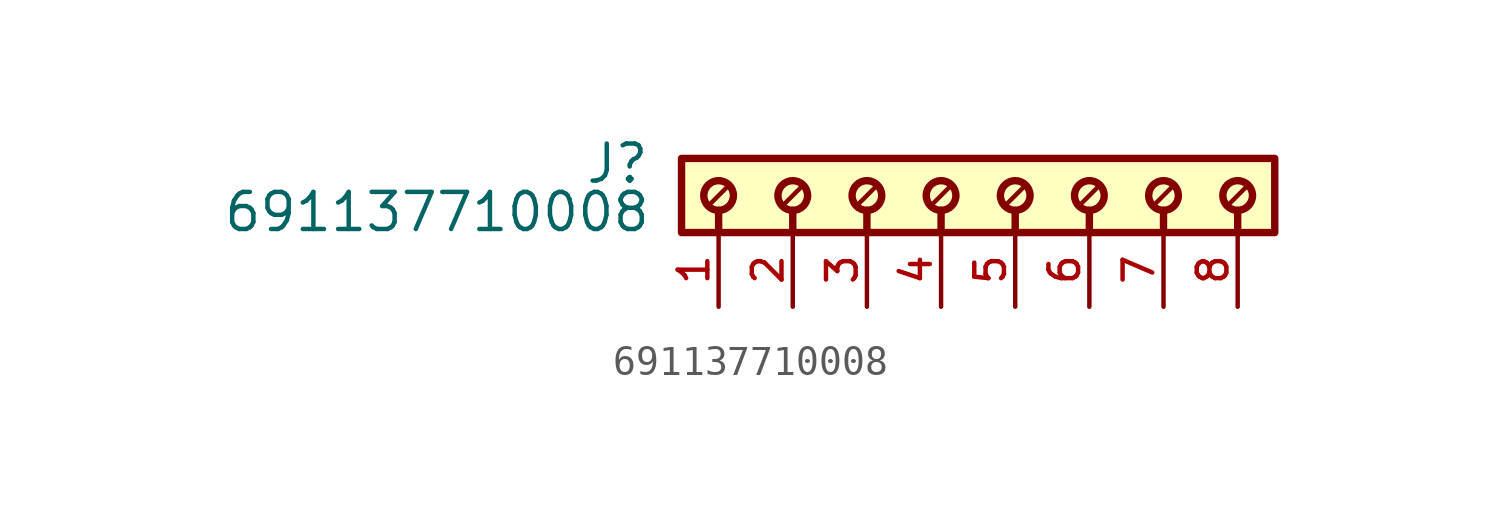
<source format=kicad_sym>
(kicad_symbol_lib
  (version 20211014)
  (generator kicad_symbol_editor)
  (symbol "691137710008"
    (pin_names
      (offset 1.016))
    (property "Reference" "J"
      (at -12.5 -0.922 0)
      (effects (font (size 1.27 1.27)) (justify bottom right)))
    (property "Value" "691137710008"
      (at -12.45 -2.58 0)
      (effects (font (size 1.27 1.27)) (justify bottom right)))
    (symbol "691137710008_0_0"
      (polyline (pts (xy -10.16 -1.778) (xy -10.16 -2.54)) (stroke (width 0.254)))
      (polyline (pts (xy -7.62 -1.778) (xy -7.62 -2.54)) (stroke (width 0.254)))
      (polyline (pts (xy -9.906 -1.016) (xy -10.414 -1.524)) (stroke (width 0.152)))
      (polyline (pts (xy -7.366 -1.016) (xy -7.874 -1.524)) (stroke (width 0.152)))
      (polyline (pts (xy -5.08 -1.778) (xy -5.08 -2.54)) (stroke (width 0.254)))
      (polyline (pts (xy -4.826 -1.016) (xy -5.334 -1.524)) (stroke (width 0.152)))
      (polyline (pts (xy -2.54 -1.778) (xy -2.54 -2.54)) (stroke (width 0.254)))
      (polyline (pts (xy -2.286 -1.016) (xy -2.794 -1.524)) (stroke (width 0.152)))
      (polyline (pts (xy 0.0 -1.778) (xy 0.0 -2.54)) (stroke (width 0.254)))
      (polyline (pts (xy 0.254 -1.016) (xy -0.254 -1.524)) (stroke (width 0.152)))
      (polyline (pts (xy 2.54 -1.778) (xy 2.54 -2.54)) (stroke (width 0.254)))
      (polyline (pts (xy 2.794 -1.016) (xy 2.286 -1.524)) (stroke (width 0.152)))
      (polyline (pts (xy 5.08 -1.778) (xy 5.08 -2.54)) (stroke (width 0.254)))
      (polyline (pts (xy 5.334 -1.016) (xy 4.826 -1.524)) (stroke (width 0.152)))
      (polyline (pts (xy 7.62 -1.778) (xy 7.62 -2.54)) (stroke (width 0.254)))
      (polyline (pts (xy 7.874 -1.016) (xy 7.366 -1.524)) (stroke (width 0.152)))
      (circle (center -10.16 -1.27) (radius 0.508) (stroke (width 0.254)) (fill (type none)))
      (circle (center -7.62 -1.27) (radius 0.508) (stroke (width 0.254)) (fill (type none)))
      (circle (center -5.08 -1.27) (radius 0.508) (stroke (width 0.254)) (fill (type none)))
      (circle (center -2.54 -1.27) (radius 0.508) (stroke (width 0.254)) (fill (type none)))
      (circle (center 0.0 -1.27) (radius 0.508) (stroke (width 0.254)) (fill (type none)))
      (circle (center 2.54 -1.27) (radius 0.508) (stroke (width 0.254)) (fill (type none)))
      (circle (center 5.08 -1.27) (radius 0.508) (stroke (width 0.254)) (fill (type none)))
      (circle (center 7.62 -1.27) (radius 0.508) (stroke (width 0.254)) (fill (type none)))
      (rectangle (start -11.43 -2.54) (end 8.89 0.0) (stroke (width 0.254)) (fill (type background)))
      (pin passive line (at -10.16 -5.08 90.0) (length 2.54) (name "~" (effects (font (size 1.016 1.016)))) (number "1" (effects (font (size 1.016 1.016)))))
      (pin passive line (at -7.62 -5.08 90.0) (length 2.54) (name "~" (effects (font (size 1.016 1.016)))) (number "2" (effects (font (size 1.016 1.016)))))
      (pin passive line (at -5.08 -5.08 90.0) (length 2.54) (name "~" (effects (font (size 1.016 1.016)))) (number "3" (effects (font (size 1.016 1.016)))))
      (pin passive line (at -2.54 -5.08 90.0) (length 2.54) (name "~" (effects (font (size 1.016 1.016)))) (number "4" (effects (font (size 1.016 1.016)))))
      (pin passive line (at 0.0 -5.08 90.0) (length 2.54) (name "~" (effects (font (size 1.016 1.016)))) (number "5" (effects (font (size 1.016 1.016)))))
      (pin passive line (at 2.54 -5.08 90.0) (length 2.54) (name "~" (effects (font (size 1.016 1.016)))) (number "6" (effects (font (size 1.016 1.016)))))
      (pin passive line (at 5.08 -5.08 90.0) (length 2.54) (name "~" (effects (font (size 1.016 1.016)))) (number "7" (effects (font (size 1.016 1.016)))))
      (pin passive line (at 7.62 -5.08 90.0) (length 2.54) (name "~" (effects (font (size 1.016 1.016)))) (number "8" (effects (font (size 1.016 1.016))))))))
</source>
